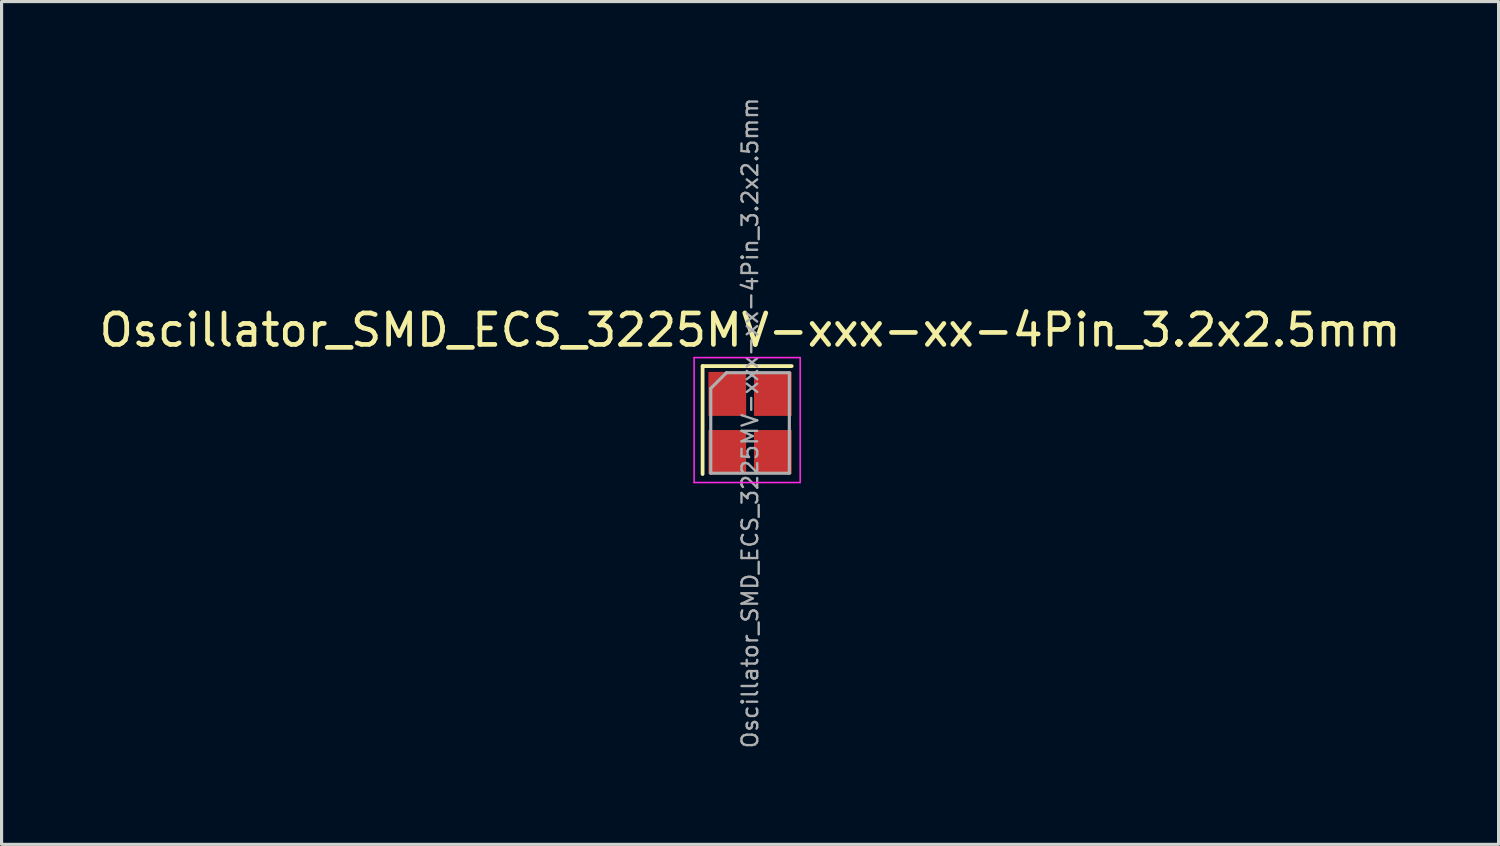
<source format=kicad_pcb>
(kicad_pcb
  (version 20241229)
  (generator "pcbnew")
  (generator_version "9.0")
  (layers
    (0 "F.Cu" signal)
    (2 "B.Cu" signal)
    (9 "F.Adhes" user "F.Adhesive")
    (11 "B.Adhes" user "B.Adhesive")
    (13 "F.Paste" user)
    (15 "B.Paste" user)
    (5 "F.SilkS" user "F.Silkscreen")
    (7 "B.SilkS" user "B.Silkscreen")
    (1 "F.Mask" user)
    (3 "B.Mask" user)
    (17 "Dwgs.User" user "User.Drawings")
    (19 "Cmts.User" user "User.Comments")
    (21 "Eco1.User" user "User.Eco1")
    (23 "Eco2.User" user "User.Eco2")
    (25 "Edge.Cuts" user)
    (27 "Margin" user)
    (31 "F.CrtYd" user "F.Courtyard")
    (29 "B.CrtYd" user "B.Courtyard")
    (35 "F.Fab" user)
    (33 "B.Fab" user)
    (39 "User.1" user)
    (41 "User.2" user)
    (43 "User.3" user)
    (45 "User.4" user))
  (footprint "Oscillator_SMD_ECS_3225MV-xxx-xx-4Pin_3.2x2.5mm"
    (layer "F.Cu")
    (at 20.815 10.408)
    (property "Reference" "Oscillator_SMD_ECS_3225MV-xxx-xx-4Pin_3.2x2.5mm" (at 0 -2.955 0) (layer "F.SilkS") (effects (font (size 1 1) (thickness 0.15))))
    (attr smd)
    (fp_line (start -1.51 1.625) (end -1.51 -1.81) (stroke (width 0.12) (type solid)) (layer "F.SilkS"))
    (fp_line (start 1.325 -1.81) (end -1.51 -1.81) (stroke (width 0.12) (type solid)) (layer "F.SilkS"))
    (fp_line (start -1.78 1.895) (end -1.78 -2.08) (stroke (width 0.05) (type solid)) (layer "F.CrtYd"))
    (fp_line (start 1.595 -2.08) (end -1.78 -2.08) (stroke (width 0.05) (type solid)) (layer "F.CrtYd"))
    (fp_line (start 1.595 1.895) (end -1.78 1.895) (stroke (width 0.05) (type solid)) (layer "F.CrtYd"))
    (fp_line (start 1.595 1.895) (end 1.595 -2.08) (stroke (width 0.05) (type solid)) (layer "F.CrtYd"))
    (fp_line (start -1.25 -1.1) (end -1.25 1.6) (stroke (width 0.1) (type solid)) (layer "F.Fab"))
    (fp_line (start -1.25 -1.1) (end -0.75 -1.6) (stroke (width 0.1) (type solid)) (layer "F.Fab"))
    (fp_line (start -1.25 1.6) (end 1.25 1.6) (stroke (width 0.1) (type solid)) (layer "F.Fab"))
    (fp_line (start -0.75 -1.6) (end 1.25 -1.6) (stroke (width 0.1) (type solid)) (layer "F.Fab"))
    (fp_line (start 1.25 -1.6) (end 1.25 1.6) (stroke (width 0.1) (type solid)) (layer "F.Fab"))
    (fp_text user "${REFERENCE}" (at 0 0 90) (layer "F.Fab") (effects (font (size 0.5 0.5) (thickness 0.075))))
    (pad "1" smd rect (at -0.725 -0.925) (size 1.2 1.4) (layers "F.Cu" "F.Mask" "F.Paste"))
    (pad "2" smd rect (at -0.725 0.925) (size 1.2 1.4) (layers "F.Cu" "F.Mask" "F.Paste"))
    (pad "3" smd rect (at 0.725 0.925) (size 1.2 1.4) (layers "F.Cu" "F.Mask" "F.Paste"))
    (pad "4" smd rect (at 0.725 -0.925) (size 1.2 1.4) (layers "F.Cu" "F.Mask" "F.Paste")))
  (gr_rect
    (start -3 -3)
    (end 44.631 23.815)
    (stroke (width 0.1) (type default))
    (fill no)
    (layer "Edge.Cuts")))
</source>
